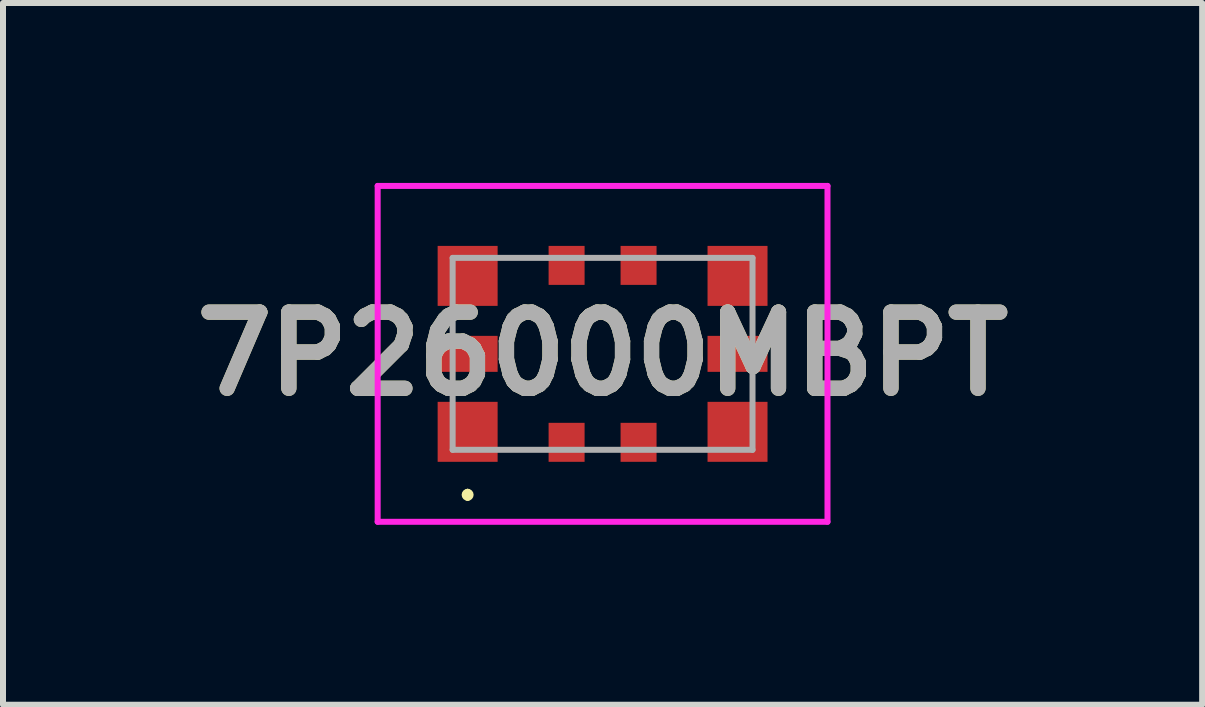
<source format=kicad_pcb>
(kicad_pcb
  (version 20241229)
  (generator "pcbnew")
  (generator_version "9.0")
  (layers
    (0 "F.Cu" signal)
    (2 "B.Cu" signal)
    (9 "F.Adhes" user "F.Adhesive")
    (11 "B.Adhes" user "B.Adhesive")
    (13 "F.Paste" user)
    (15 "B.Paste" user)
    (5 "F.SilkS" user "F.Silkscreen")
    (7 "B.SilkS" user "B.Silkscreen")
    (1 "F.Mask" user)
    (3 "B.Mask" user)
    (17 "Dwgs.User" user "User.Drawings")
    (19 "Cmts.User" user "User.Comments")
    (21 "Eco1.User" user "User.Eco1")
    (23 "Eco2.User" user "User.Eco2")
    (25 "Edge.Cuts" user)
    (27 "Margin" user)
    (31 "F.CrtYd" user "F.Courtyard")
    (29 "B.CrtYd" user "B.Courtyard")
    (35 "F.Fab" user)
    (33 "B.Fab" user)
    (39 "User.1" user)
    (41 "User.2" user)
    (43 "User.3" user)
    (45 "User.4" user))
  (footprint "7P26000MBPT"
    (layer "F.Cu")
    (at 6.997 2.85)
    (property "Reference" "7P26000MBPT" (at 0 0 0) (layer "F.SilkS") (effects (font (size 1.27 1.27) (thickness 0.254))))
    (attr smd)
    (fp_line (start -2.25 2.3) (end -2.25 2.3) (stroke (width 0.1) (type solid)) (layer "F.SilkS"))
    (fp_line (start -2.25 2.4) (end -2.25 2.4) (stroke (width 0.1) (type solid)) (layer "F.SilkS"))
    (fp_arc (start -2.25 2.3) (mid -2.2 2.35) (end -2.25 2.4) (stroke (width 0.1) (type solid)) (layer "F.SilkS"))
    (fp_arc (start -2.25 2.4) (mid -2.3 2.35) (end -2.25 2.3) (stroke (width 0.1) (type solid)) (layer "F.SilkS"))
    (fp_line (start -3.75 -2.8) (end 3.75 -2.8) (stroke (width 0.1) (type solid)) (layer "F.CrtYd"))
    (fp_line (start -3.75 2.8) (end -3.75 -2.8) (stroke (width 0.1) (type solid)) (layer "F.CrtYd"))
    (fp_line (start 3.75 -2.8) (end 3.75 2.8) (stroke (width 0.1) (type solid)) (layer "F.CrtYd"))
    (fp_line (start 3.75 2.8) (end -3.75 2.8) (stroke (width 0.1) (type solid)) (layer "F.CrtYd"))
    (fp_line (start -2.5 -1.6) (end 2.5 -1.6) (stroke (width 0.1) (type solid)) (layer "F.Fab"))
    (fp_line (start -2.5 1.6) (end -2.5 -1.6) (stroke (width 0.1) (type solid)) (layer "F.Fab"))
    (fp_line (start 2.5 -1.6) (end 2.5 1.6) (stroke (width 0.1) (type solid)) (layer "F.Fab"))
    (fp_line (start 2.5 1.6) (end -2.5 1.6) (stroke (width 0.1) (type solid)) (layer "F.Fab"))
    (fp_text user "${REFERENCE}" (at 0 0 0) (layer "F.Fab") (effects (font (size 1.27 1.27) (thickness 0.254))))
    (pad "1" smd rect (at -2.25 1.3 90) (size 1 1) (layers "F.Cu" "F.Mask" "F.Paste"))
    (pad "2" smd rect (at -0.6 1.475) (size 0.6 0.65) (layers "F.Cu" "F.Mask" "F.Paste"))
    (pad "3" smd rect (at 0.6 1.475) (size 0.6 0.65) (layers "F.Cu" "F.Mask" "F.Paste"))
    (pad "4" smd rect (at 2.25 1.3 90) (size 1 1) (layers "F.Cu" "F.Mask" "F.Paste"))
    (pad "5" smd rect (at 2.25 0 90) (size 0.6 1) (layers "F.Cu" "F.Mask" "F.Paste"))
    (pad "6" smd rect (at 2.25 -1.3 90) (size 1 1) (layers "F.Cu" "F.Mask" "F.Paste"))
    (pad "7" smd rect (at 0.6 -1.475) (size 0.6 0.65) (layers "F.Cu" "F.Mask" "F.Paste"))
    (pad "8" smd rect (at -0.6 -1.475) (size 0.6 0.65) (layers "F.Cu" "F.Mask" "F.Paste"))
    (pad "9" smd rect (at -2.25 -1.3 90) (size 1 1) (layers "F.Cu" "F.Mask" "F.Paste"))
    (pad "10" smd rect (at -2.25 0 90) (size 0.6 1) (layers "F.Cu" "F.Mask" "F.Paste")))
  (gr_rect
    (start -3 -3)
    (end 16.994 8.7)
    (stroke (width 0.1) (type default))
    (fill no)
    (layer "Edge.Cuts")))
</source>
